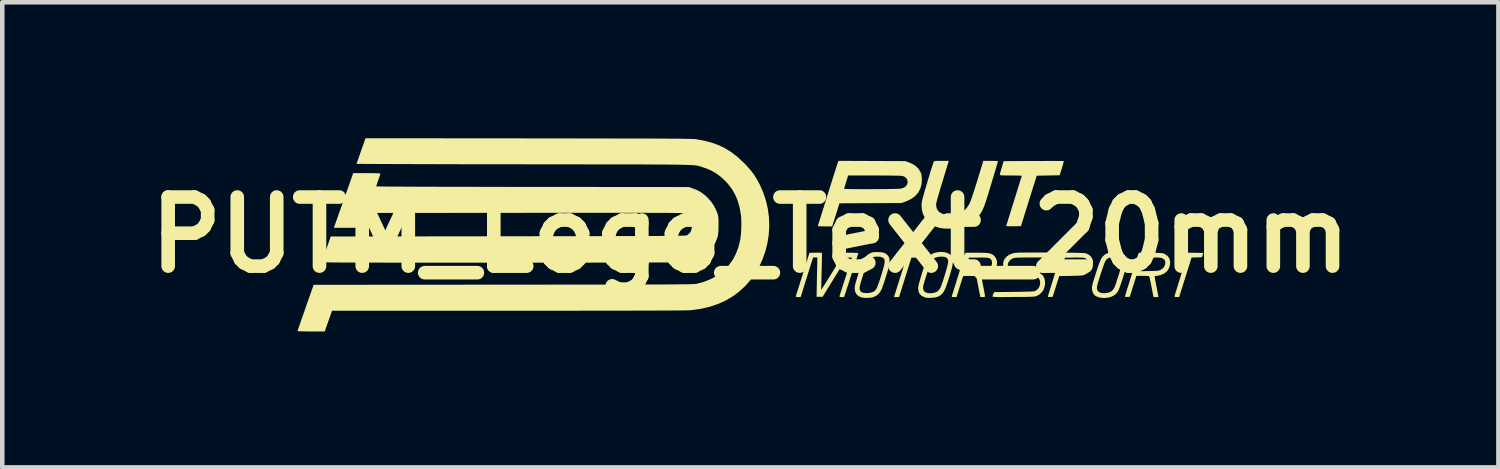
<source format=kicad_pcb>
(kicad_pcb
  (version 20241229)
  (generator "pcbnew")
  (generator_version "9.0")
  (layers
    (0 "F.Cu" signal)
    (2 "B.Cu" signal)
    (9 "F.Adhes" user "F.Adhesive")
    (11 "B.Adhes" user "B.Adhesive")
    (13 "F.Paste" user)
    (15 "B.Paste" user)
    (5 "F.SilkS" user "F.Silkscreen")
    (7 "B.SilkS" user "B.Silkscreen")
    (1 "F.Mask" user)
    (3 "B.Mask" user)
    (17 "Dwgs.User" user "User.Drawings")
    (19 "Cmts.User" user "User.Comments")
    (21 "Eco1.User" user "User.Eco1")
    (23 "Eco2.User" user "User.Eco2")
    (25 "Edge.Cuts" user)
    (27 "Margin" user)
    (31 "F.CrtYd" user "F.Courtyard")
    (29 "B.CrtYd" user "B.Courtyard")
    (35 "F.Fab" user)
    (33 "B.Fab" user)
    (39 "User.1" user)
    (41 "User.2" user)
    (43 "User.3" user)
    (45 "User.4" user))
  (footprint "PUTM_Logo_Text_20mm"
    (layer "F.Cu")
    (at 13.506 2.132)
    (property "Reference" "PUTM_Logo_Text_20mm" (at 0 0 0) (layer "F.SilkS") (effects (font (size 1.524 1.524) (thickness 0.3))))
    (attr board_only exclude_from_pos_files exclude_from_bom allow_missing_courtyard)
    (fp_poly (pts (xy 9.7 0.395) (xy 9.775 0.395) (xy 9.843 0.396) (xy 9.901 0.397) (xy 9.946 0.398) (xy 9.977 0.399) (xy 9.989 0.4) (xy 9.989 0.4) (xy 9.989 0.411) (xy 9.983 0.436) (xy 9.979 0.449) (xy 9.964 0.494) (xy 9.735 0.5) (xy 9.633 0.824) (xy 9.607 0.909) (xy 9.58 0.993) (xy 9.555 1.072) (xy 9.533 1.143) (xy 9.514 1.203) (xy 9.5 1.248) (xy 9.496 1.261) (xy 9.461 1.372) (xy 9.409 1.372) (xy 9.373 1.37) (xy 9.358 1.362) (xy 9.357 1.359) (xy 9.36 1.347) (xy 9.369 1.317) (xy 9.383 1.271) (xy 9.401 1.212) (xy 9.423 1.142) (xy 9.447 1.062) (xy 9.475 0.975) (xy 9.49 0.925) (xy 9.623 0.504) (xy 9.506 0.501) (xy 9.455 0.5) (xy 9.422 0.498) (xy 9.402 0.495) (xy 9.392 0.49) (xy 9.389 0.482) (xy 9.389 0.475) (xy 9.393 0.449) (xy 9.402 0.423) (xy 9.415 0.394)) (stroke (width 0) (type solid)) (fill yes) (layer "F.SilkS"))
    (fp_poly (pts (xy 3.522 0.394) (xy 3.596 0.394) (xy 3.663 0.395) (xy 3.72 0.397) (xy 3.765 0.398) (xy 3.794 0.4) (xy 3.805 0.402) (xy 3.805 0.403) (xy 3.802 0.431) (xy 3.794 0.461) (xy 3.784 0.483) (xy 3.78 0.488) (xy 3.765 0.493) (xy 3.734 0.497) (xy 3.692 0.5) (xy 3.66 0.501) (xy 3.553 0.504) (xy 3.281 1.372) (xy 3.226 1.372) (xy 3.195 1.372) (xy 3.175 1.37) (xy 3.171 1.368) (xy 3.174 1.357) (xy 3.183 1.329) (xy 3.196 1.285) (xy 3.215 1.227) (xy 3.236 1.158) (xy 3.261 1.079) (xy 3.288 0.993) (xy 3.306 0.936) (xy 3.335 0.846) (xy 3.361 0.762) (xy 3.385 0.686) (xy 3.405 0.621) (xy 3.422 0.568) (xy 3.434 0.53) (xy 3.44 0.508) (xy 3.441 0.504) (xy 3.432 0.502) (xy 3.405 0.5) (xy 3.367 0.498) (xy 3.324 0.497) (xy 3.274 0.495) (xy 3.241 0.494) (xy 3.221 0.491) (xy 3.212 0.486) (xy 3.21 0.478) (xy 3.21 0.469) (xy 3.217 0.44) (xy 3.226 0.419) (xy 3.239 0.394)) (stroke (width 0) (type solid)) (fill yes) (layer "F.SilkS"))
    (fp_poly (pts (xy 6.66 -1.631) (xy 6.74 -1.63) (xy 6.807 -1.63) (xy 6.859 -1.629) (xy 6.893 -1.629) (xy 6.91 -1.628) (xy 6.91 -1.628) (xy 6.913 -1.617) (xy 6.907 -1.587) (xy 6.894 -1.539) (xy 6.874 -1.471) (xy 6.873 -1.469) (xy 6.824 -1.315) (xy 6.571 -1.31) (xy 6.318 -1.305) (xy 6.144 -0.749) (xy 5.97 -0.192) (xy 5.808 -0.189) (xy 5.752 -0.189) (xy 5.705 -0.189) (xy 5.67 -0.191) (xy 5.649 -0.193) (xy 5.646 -0.194) (xy 5.649 -0.206) (xy 5.657 -0.235) (xy 5.671 -0.28) (xy 5.689 -0.34) (xy 5.712 -0.412) (xy 5.738 -0.495) (xy 5.766 -0.587) (xy 5.797 -0.686) (xy 5.817 -0.75) (xy 5.849 -0.852) (xy 5.879 -0.949) (xy 5.907 -1.037) (xy 5.931 -1.116) (xy 5.952 -1.184) (xy 5.969 -1.238) (xy 5.981 -1.277) (xy 5.988 -1.299) (xy 5.989 -1.304) (xy 5.979 -1.306) (xy 5.951 -1.307) (xy 5.908 -1.308) (xy 5.853 -1.309) (xy 5.789 -1.31) (xy 5.749 -1.31) (xy 5.668 -1.31) (xy 5.605 -1.311) (xy 5.56 -1.313) (xy 5.529 -1.315) (xy 5.512 -1.319) (xy 5.505 -1.323) (xy 5.506 -1.337) (xy 5.513 -1.367) (xy 5.524 -1.409) (xy 5.538 -1.46) (xy 5.545 -1.482) (xy 5.589 -1.627) (xy 6.244 -1.63) (xy 6.359 -1.63) (xy 6.468 -1.63) (xy 6.569 -1.631)) (stroke (width 0) (type solid)) (fill yes) (layer "F.SilkS"))
    (fp_poly (pts (xy 7.067 0.394) (xy 7.132 0.395) (xy 7.197 0.396) (xy 7.259 0.398) (xy 7.314 0.4) (xy 7.36 0.403) (xy 7.391 0.405) (xy 7.405 0.408) (xy 7.467 0.438) (xy 7.516 0.481) (xy 7.548 0.533) (xy 7.561 0.592) (xy 7.562 0.602) (xy 7.553 0.68) (xy 7.526 0.749) (xy 7.482 0.808) (xy 7.42 0.856) (xy 7.395 0.87) (xy 7.376 0.879) (xy 7.359 0.886) (xy 7.341 0.891) (xy 7.318 0.895) (xy 7.289 0.898) (xy 7.249 0.9) (xy 7.196 0.902) (xy 7.128 0.903) (xy 7.075 0.905) (xy 6.815 0.91) (xy 6.775 1.035) (xy 6.756 1.096) (xy 6.735 1.162) (xy 6.715 1.225) (xy 6.703 1.263) (xy 6.67 1.367) (xy 6.614 1.37) (xy 6.582 1.371) (xy 6.567 1.369) (xy 6.563 1.362) (xy 6.565 1.355) (xy 6.585 1.29) (xy 6.608 1.216) (xy 6.633 1.134) (xy 6.66 1.048) (xy 6.688 0.959) (xy 6.716 0.869) (xy 6.74 0.794) (xy 6.852 0.794) (xy 6.862 0.796) (xy 6.889 0.798) (xy 6.932 0.799) (xy 6.986 0.799) (xy 7.049 0.799) (xy 7.078 0.799) (xy 7.153 0.798) (xy 7.21 0.796) (xy 7.252 0.794) (xy 7.283 0.792) (xy 7.307 0.788) (xy 7.325 0.783) (xy 7.342 0.776) (xy 7.356 0.769) (xy 7.401 0.737) (xy 7.432 0.698) (xy 7.451 0.655) (xy 7.455 0.611) (xy 7.446 0.57) (xy 7.422 0.536) (xy 7.384 0.513) (xy 7.374 0.509) (xy 7.348 0.505) (xy 7.304 0.502) (xy 7.246 0.501) (xy 7.175 0.501) (xy 7.138 0.501) (xy 6.941 0.504) (xy 6.896 0.645) (xy 6.88 0.696) (xy 6.867 0.74) (xy 6.857 0.773) (xy 6.852 0.791) (xy 6.852 0.794) (xy 6.74 0.794) (xy 6.744 0.781) (xy 6.77 0.697) (xy 6.795 0.619) (xy 6.817 0.55) (xy 6.836 0.491) (xy 6.851 0.444) (xy 6.861 0.413) (xy 6.866 0.399) (xy 6.866 0.398) (xy 6.879 0.396) (xy 6.908 0.394) (xy 6.952 0.394) (xy 7.006 0.393)) (stroke (width 0) (type solid)) (fill yes) (layer "F.SilkS"))
    (fp_poly (pts (xy 4.273 0.381) (xy 4.34 0.397) (xy 4.395 0.423) (xy 4.412 0.437) (xy 4.438 0.464) (xy 4.457 0.494) (xy 4.468 0.53) (xy 4.471 0.573) (xy 4.467 0.627) (xy 4.455 0.692) (xy 4.436 0.771) (xy 4.408 0.866) (xy 4.394 0.915) (xy 4.363 1.011) (xy 4.337 1.088) (xy 4.315 1.151) (xy 4.294 1.2) (xy 4.274 1.24) (xy 4.255 1.27) (xy 4.235 1.296) (xy 4.226 1.304) (xy 4.183 1.341) (xy 4.134 1.366) (xy 4.075 1.381) (xy 4.002 1.389) (xy 3.992 1.39) (xy 3.938 1.391) (xy 3.897 1.388) (xy 3.862 1.382) (xy 3.839 1.374) (xy 3.779 1.345) (xy 3.737 1.304) (xy 3.712 1.253) (xy 3.703 1.188) (xy 3.705 1.15) (xy 3.705 1.146) (xy 3.812 1.146) (xy 3.812 1.197) (xy 3.83 1.238) (xy 3.863 1.267) (xy 3.911 1.284) (xy 3.972 1.289) (xy 4.046 1.28) (xy 4.055 1.278) (xy 4.113 1.257) (xy 4.159 1.22) (xy 4.194 1.166) (xy 4.207 1.137) (xy 4.223 1.092) (xy 4.242 1.036) (xy 4.263 0.972) (xy 4.285 0.903) (xy 4.306 0.833) (xy 4.325 0.767) (xy 4.342 0.707) (xy 4.354 0.657) (xy 4.362 0.621) (xy 4.364 0.608) (xy 4.362 0.558) (xy 4.346 0.521) (xy 4.315 0.496) (xy 4.269 0.483) (xy 4.205 0.48) (xy 4.184 0.482) (xy 4.115 0.492) (xy 4.062 0.512) (xy 4.021 0.544) (xy 3.996 0.578) (xy 3.985 0.602) (xy 3.97 0.642) (xy 3.951 0.694) (xy 3.929 0.756) (xy 3.906 0.824) (xy 3.884 0.894) (xy 3.862 0.962) (xy 3.843 1.025) (xy 3.827 1.08) (xy 3.816 1.122) (xy 3.812 1.146) (xy 3.705 1.146) (xy 3.709 1.123) (xy 3.72 1.079) (xy 3.735 1.022) (xy 3.754 0.957) (xy 3.775 0.886) (xy 3.798 0.813) (xy 3.82 0.742) (xy 3.842 0.677) (xy 3.862 0.62) (xy 3.878 0.575) (xy 3.89 0.547) (xy 3.924 0.497) (xy 3.969 0.452) (xy 4.018 0.416) (xy 4.05 0.401) (xy 4.124 0.383) (xy 4.199 0.376)) (stroke (width 0) (type solid)) (fill yes) (layer "F.SilkS"))
    (fp_poly (pts (xy 8.105 0.379) (xy 8.172 0.395) (xy 8.228 0.422) (xy 8.249 0.437) (xy 8.274 0.463) (xy 8.293 0.493) (xy 8.304 0.527) (xy 8.308 0.569) (xy 8.304 0.62) (xy 8.294 0.682) (xy 8.275 0.758) (xy 8.249 0.85) (xy 8.225 0.929) (xy 8.195 1.024) (xy 8.169 1.102) (xy 8.146 1.164) (xy 8.126 1.213) (xy 8.106 1.251) (xy 8.086 1.281) (xy 8.065 1.304) (xy 8.042 1.324) (xy 8.026 1.335) (xy 7.964 1.366) (xy 7.89 1.385) (xy 7.811 1.393) (xy 7.733 1.388) (xy 7.676 1.374) (xy 7.64 1.359) (xy 7.611 1.343) (xy 7.599 1.335) (xy 7.565 1.292) (xy 7.544 1.236) (xy 7.538 1.183) (xy 7.538 1.163) (xy 7.539 1.147) (xy 7.647 1.147) (xy 7.648 1.198) (xy 7.666 1.238) (xy 7.7 1.267) (xy 7.748 1.284) (xy 7.81 1.289) (xy 7.883 1.28) (xy 7.891 1.278) (xy 7.951 1.256) (xy 7.998 1.217) (xy 8.028 1.171) (xy 8.04 1.144) (xy 8.056 1.102) (xy 8.075 1.047) (xy 8.095 0.983) (xy 8.117 0.915) (xy 8.139 0.845) (xy 8.158 0.779) (xy 8.176 0.718) (xy 8.189 0.668) (xy 8.198 0.631) (xy 8.2 0.618) (xy 8.2 0.565) (xy 8.185 0.525) (xy 8.154 0.498) (xy 8.108 0.483) (xy 8.045 0.48) (xy 8.014 0.482) (xy 7.945 0.493) (xy 7.892 0.516) (xy 7.851 0.552) (xy 7.833 0.578) (xy 7.822 0.601) (xy 7.806 0.641) (xy 7.787 0.694) (xy 7.766 0.756) (xy 7.743 0.824) (xy 7.72 0.893) (xy 7.699 0.962) (xy 7.679 1.025) (xy 7.663 1.08) (xy 7.652 1.122) (xy 7.647 1.147) (xy 7.539 1.147) (xy 7.539 1.144) (xy 7.542 1.124) (xy 7.547 1.1) (xy 7.554 1.07) (xy 7.566 1.031) (xy 7.581 0.981) (xy 7.601 0.917) (xy 7.627 0.836) (xy 7.637 0.805) (xy 7.667 0.713) (xy 7.693 0.64) (xy 7.716 0.582) (xy 7.737 0.536) (xy 7.758 0.5) (xy 7.781 0.472) (xy 7.805 0.449) (xy 7.83 0.431) (xy 7.89 0.401) (xy 7.959 0.382) (xy 8.032 0.375)) (stroke (width 0) (type solid)) (fill yes) (layer "F.SilkS"))
    (fp_poly (pts (xy 2.68 -1.63) (xy 3.415 -1.627) (xy 3.499 -1.599) (xy 3.584 -1.561) (xy 3.657 -1.512) (xy 3.714 -1.452) (xy 3.755 -1.385) (xy 3.769 -1.349) (xy 3.777 -1.311) (xy 3.782 -1.262) (xy 3.785 -1.217) (xy 3.776 -1.112) (xy 3.749 -1.018) (xy 3.705 -0.935) (xy 3.643 -0.863) (xy 3.563 -0.801) (xy 3.465 -0.751) (xy 3.415 -0.731) (xy 3.332 -0.702) (xy 1.966 -0.696) (xy 1.918 -0.543) (xy 1.898 -0.479) (xy 1.877 -0.412) (xy 1.857 -0.349) (xy 1.84 -0.297) (xy 1.837 -0.289) (xy 1.805 -0.187) (xy 1.645 -0.187) (xy 1.581 -0.188) (xy 1.536 -0.189) (xy 1.508 -0.191) (xy 1.493 -0.195) (xy 1.489 -0.2) (xy 1.49 -0.2) (xy 1.493 -0.212) (xy 1.503 -0.242) (xy 1.518 -0.289) (xy 1.537 -0.35) (xy 1.561 -0.425) (xy 1.588 -0.512) (xy 1.618 -0.608) (xy 1.651 -0.713) (xy 1.686 -0.825) (xy 1.709 -0.899) (xy 1.745 -1.015) (xy 1.746 -1.016) (xy 2.069 -1.016) (xy 2.079 -1.014) (xy 2.108 -1.013) (xy 2.153 -1.011) (xy 2.212 -1.01) (xy 2.283 -1.009) (xy 2.365 -1.009) (xy 2.453 -1.008) (xy 2.548 -1.008) (xy 2.645 -1.008) (xy 2.744 -1.009) (xy 2.842 -1.009) (xy 2.936 -1.01) (xy 3.025 -1.011) (xy 3.106 -1.012) (xy 3.178 -1.014) (xy 3.237 -1.015) (xy 3.282 -1.017) (xy 3.311 -1.019) (xy 3.319 -1.02) (xy 3.381 -1.039) (xy 3.426 -1.068) (xy 3.456 -1.106) (xy 3.457 -1.109) (xy 3.471 -1.159) (xy 3.465 -1.207) (xy 3.443 -1.248) (xy 3.404 -1.281) (xy 3.361 -1.299) (xy 3.341 -1.302) (xy 3.3 -1.304) (xy 3.239 -1.306) (xy 3.159 -1.307) (xy 3.061 -1.309) (xy 2.944 -1.309) (xy 2.809 -1.31) (xy 2.74 -1.31) (xy 2.157 -1.31) (xy 2.113 -1.167) (xy 2.097 -1.115) (xy 2.084 -1.071) (xy 2.074 -1.038) (xy 2.069 -1.019) (xy 2.069 -1.016) (xy 1.746 -1.016) (xy 1.78 -1.125) (xy 1.812 -1.228) (xy 1.842 -1.322) (xy 1.869 -1.406) (xy 1.891 -1.478) (xy 1.91 -1.535) (xy 1.923 -1.578) (xy 1.932 -1.603) (xy 1.934 -1.609) (xy 1.944 -1.633)) (stroke (width 0) (type solid)) (fill yes) (layer "F.SilkS"))
    (fp_poly (pts (xy 2.882 0.383) (xy 2.941 0.394) (xy 2.987 0.414) (xy 3.023 0.444) (xy 3.044 0.471) (xy 3.059 0.496) (xy 3.067 0.52) (xy 3.071 0.55) (xy 3.071 0.592) (xy 3.07 0.62) (xy 3.067 0.65) (xy 3.061 0.683) (xy 3.051 0.724) (xy 3.037 0.775) (xy 3.017 0.839) (xy 2.995 0.91) (xy 2.973 0.98) (xy 2.951 1.047) (xy 2.931 1.106) (xy 2.914 1.155) (xy 2.901 1.19) (xy 2.896 1.201) (xy 2.855 1.272) (xy 2.801 1.326) (xy 2.748 1.358) (xy 2.716 1.372) (xy 2.684 1.381) (xy 2.646 1.387) (xy 2.594 1.389) (xy 2.591 1.39) (xy 2.522 1.39) (xy 2.47 1.384) (xy 2.441 1.377) (xy 2.382 1.349) (xy 2.339 1.307) (xy 2.312 1.253) (xy 2.302 1.189) (xy 2.302 1.18) (xy 2.41 1.18) (xy 2.412 1.199) (xy 2.417 1.216) (xy 2.424 1.23) (xy 2.434 1.248) (xy 2.442 1.258) (xy 2.458 1.266) (xy 2.482 1.275) (xy 2.527 1.284) (xy 2.583 1.285) (xy 2.641 1.279) (xy 2.693 1.264) (xy 2.709 1.258) (xy 2.732 1.245) (xy 2.751 1.229) (xy 2.769 1.207) (xy 2.787 1.177) (xy 2.805 1.137) (xy 2.825 1.084) (xy 2.849 1.016) (xy 2.876 0.932) (xy 2.887 0.896) (xy 2.915 0.803) (xy 2.937 0.728) (xy 2.952 0.668) (xy 2.961 0.621) (xy 2.964 0.584) (xy 2.961 0.556) (xy 2.954 0.535) (xy 2.941 0.518) (xy 2.938 0.515) (xy 2.904 0.494) (xy 2.855 0.482) (xy 2.794 0.48) (xy 2.759 0.482) (xy 2.714 0.49) (xy 2.677 0.501) (xy 2.646 0.52) (xy 2.619 0.547) (xy 2.595 0.586) (xy 2.57 0.639) (xy 2.545 0.707) (xy 2.517 0.789) (xy 2.486 0.887) (xy 2.461 0.968) (xy 2.441 1.033) (xy 2.427 1.084) (xy 2.417 1.125) (xy 2.412 1.156) (xy 2.41 1.18) (xy 2.302 1.18) (xy 2.307 1.126) (xy 2.315 1.092) (xy 2.328 1.044) (xy 2.345 0.984) (xy 2.365 0.917) (xy 2.388 0.845) (xy 2.411 0.774) (xy 2.433 0.706) (xy 2.454 0.646) (xy 2.472 0.596) (xy 2.486 0.561) (xy 2.49 0.551) (xy 2.532 0.49) (xy 2.589 0.438) (xy 2.646 0.404) (xy 2.674 0.392) (xy 2.703 0.385) (xy 2.739 0.381) (xy 2.787 0.38) (xy 2.807 0.38)) (stroke (width 0) (type solid)) (fill yes) (layer "F.SilkS"))
    (fp_poly (pts (xy 4.371 -1.609) (xy 4.367 -1.594) (xy 4.357 -1.562) (xy 4.342 -1.514) (xy 4.323 -1.453) (xy 4.301 -1.38) (xy 4.276 -1.298) (xy 4.249 -1.209) (xy 4.229 -1.144) (xy 4.197 -1.037) (xy 4.17 -0.948) (xy 4.149 -0.876) (xy 4.132 -0.817) (xy 4.119 -0.77) (xy 4.11 -0.733) (xy 4.104 -0.705) (xy 4.1 -0.682) (xy 4.099 -0.664) (xy 4.099 -0.648) (xy 4.1 -0.641) (xy 4.114 -0.577) (xy 4.145 -0.525) (xy 4.192 -0.486) (xy 4.255 -0.459) (xy 4.333 -0.445) (xy 4.425 -0.443) (xy 4.473 -0.447) (xy 4.57 -0.465) (xy 4.651 -0.494) (xy 4.719 -0.537) (xy 4.776 -0.596) (xy 4.825 -0.671) (xy 4.845 -0.711) (xy 4.857 -0.74) (xy 4.873 -0.785) (xy 4.894 -0.846) (xy 4.918 -0.918) (xy 4.945 -0.999) (xy 4.973 -1.088) (xy 5.002 -1.18) (xy 5.012 -1.214) (xy 5.14 -1.632) (xy 5.297 -1.632) (xy 5.353 -1.632) (xy 5.4 -1.631) (xy 5.436 -1.63) (xy 5.457 -1.628) (xy 5.46 -1.627) (xy 5.459 -1.616) (xy 5.453 -1.588) (xy 5.441 -1.547) (xy 5.427 -1.495) (xy 5.409 -1.437) (xy 5.391 -1.378) (xy 5.369 -1.303) (xy 5.343 -1.218) (xy 5.316 -1.127) (xy 5.288 -1.035) (xy 5.261 -0.946) (xy 5.259 -0.941) (xy 5.226 -0.833) (xy 5.198 -0.743) (xy 5.172 -0.669) (xy 5.148 -0.606) (xy 5.125 -0.554) (xy 5.102 -0.508) (xy 5.077 -0.468) (xy 5.05 -0.43) (xy 5.037 -0.413) (xy 4.965 -0.336) (xy 4.876 -0.268) (xy 4.776 -0.211) (xy 4.669 -0.169) (xy 4.658 -0.166) (xy 4.6 -0.153) (xy 4.529 -0.144) (xy 4.449 -0.139) (xy 4.367 -0.137) (xy 4.288 -0.139) (xy 4.219 -0.146) (xy 4.173 -0.154) (xy 4.068 -0.19) (xy 3.98 -0.238) (xy 3.907 -0.3) (xy 3.85 -0.375) (xy 3.809 -0.463) (xy 3.806 -0.471) (xy 3.783 -0.566) (xy 3.777 -0.658) (xy 3.783 -0.728) (xy 3.788 -0.751) (xy 3.799 -0.791) (xy 3.813 -0.846) (xy 3.832 -0.912) (xy 3.853 -0.987) (xy 3.877 -1.068) (xy 3.902 -1.153) (xy 3.927 -1.238) (xy 3.952 -1.32) (xy 3.975 -1.398) (xy 3.997 -1.468) (xy 4.016 -1.527) (xy 4.031 -1.573) (xy 4.042 -1.603) (xy 4.044 -1.609) (xy 4.049 -1.618) (xy 4.056 -1.624) (xy 4.069 -1.628) (xy 4.09 -1.631) (xy 4.124 -1.632) (xy 4.174 -1.632) (xy 4.216 -1.632) (xy 4.379 -1.632)) (stroke (width 0) (type solid)) (fill yes) (layer "F.SilkS"))
    (fp_poly (pts (xy 1.537 0.393) (xy 1.562 0.395) (xy 1.575 0.4) (xy 1.578 0.404) (xy 1.579 0.417) (xy 1.579 0.449) (xy 1.579 0.496) (xy 1.578 0.558) (xy 1.577 0.631) (xy 1.575 0.712) (xy 1.573 0.801) (xy 1.572 0.814) (xy 1.57 0.903) (xy 1.568 0.985) (xy 1.566 1.058) (xy 1.565 1.119) (xy 1.564 1.167) (xy 1.563 1.199) (xy 1.564 1.213) (xy 1.564 1.214) (xy 1.569 1.206) (xy 1.585 1.182) (xy 1.609 1.143) (xy 1.641 1.093) (xy 1.68 1.031) (xy 1.724 0.96) (xy 1.773 0.882) (xy 1.82 0.806) (xy 2.074 0.395) (xy 2.227 0.395) (xy 2.281 0.396) (xy 2.327 0.397) (xy 2.361 0.399) (xy 2.379 0.402) (xy 2.381 0.403) (xy 2.378 0.416) (xy 2.37 0.443) (xy 2.358 0.481) (xy 2.35 0.504) (xy 2.34 0.535) (xy 2.324 0.584) (xy 2.304 0.646) (xy 2.28 0.719) (xy 2.254 0.801) (xy 2.225 0.888) (xy 2.196 0.978) (xy 2.194 0.985) (xy 2.068 1.372) (xy 2.017 1.372) (xy 1.981 1.37) (xy 1.966 1.362) (xy 1.965 1.359) (xy 1.969 1.347) (xy 1.978 1.317) (xy 1.992 1.272) (xy 2.011 1.213) (xy 2.033 1.142) (xy 2.059 1.063) (xy 2.087 0.976) (xy 2.104 0.925) (xy 2.242 0.504) (xy 2.185 0.501) (xy 2.145 0.501) (xy 2.123 0.508) (xy 2.12 0.511) (xy 2.113 0.523) (xy 2.096 0.55) (xy 2.071 0.592) (xy 2.038 0.645) (xy 1.999 0.71) (xy 1.954 0.783) (xy 1.905 0.862) (xy 1.853 0.946) (xy 1.594 1.367) (xy 1.461 1.367) (xy 1.462 1.331) (xy 1.462 1.312) (xy 1.463 1.276) (xy 1.464 1.223) (xy 1.465 1.158) (xy 1.467 1.082) (xy 1.468 0.997) (xy 1.47 0.907) (xy 1.47 0.897) (xy 1.479 0.499) (xy 1.384 0.499) (xy 1.332 0.663) (xy 1.304 0.75) (xy 1.276 0.84) (xy 1.248 0.929) (xy 1.221 1.016) (xy 1.195 1.098) (xy 1.172 1.173) (xy 1.152 1.239) (xy 1.135 1.294) (xy 1.122 1.335) (xy 1.114 1.36) (xy 1.112 1.368) (xy 1.103 1.37) (xy 1.079 1.372) (xy 1.054 1.372) (xy 1.02 1.371) (xy 1.003 1.366) (xy 1.001 1.359) (xy 1.005 1.347) (xy 1.015 1.317) (xy 1.029 1.271) (xy 1.048 1.211) (xy 1.071 1.14) (xy 1.096 1.058) (xy 1.125 0.968) (xy 1.155 0.873) (xy 1.155 0.871) (xy 1.304 0.396) (xy 1.439 0.393) (xy 1.496 0.392)) (stroke (width 0) (type solid)) (fill yes) (layer "F.SilkS"))
    (fp_poly (pts (xy 8.737 0.394) (xy 8.825 0.395) (xy 8.839 0.395) (xy 8.92 0.397) (xy 8.983 0.398) (xy 9.031 0.4) (xy 9.066 0.402) (xy 9.092 0.405) (xy 9.111 0.41) (xy 9.127 0.415) (xy 9.141 0.422) (xy 9.148 0.426) (xy 9.205 0.467) (xy 9.242 0.516) (xy 9.26 0.573) (xy 9.262 0.588) (xy 9.259 0.662) (xy 9.238 0.731) (xy 9.201 0.792) (xy 9.151 0.84) (xy 9.141 0.846) (xy 9.096 0.869) (xy 9.043 0.888) (xy 8.991 0.901) (xy 8.955 0.905) (xy 8.93 0.908) (xy 8.921 0.918) (xy 8.921 0.923) (xy 8.923 0.938) (xy 8.928 0.971) (xy 8.936 1.017) (xy 8.947 1.073) (xy 8.959 1.136) (xy 8.962 1.152) (xy 8.975 1.216) (xy 8.986 1.272) (xy 8.995 1.318) (xy 9.001 1.351) (xy 9.004 1.367) (xy 9.004 1.368) (xy 8.994 1.371) (xy 8.97 1.372) (xy 8.949 1.372) (xy 8.894 1.372) (xy 8.854 1.162) (xy 8.841 1.097) (xy 8.829 1.038) (xy 8.819 0.988) (xy 8.811 0.951) (xy 8.806 0.93) (xy 8.805 0.928) (xy 8.801 0.919) (xy 8.793 0.912) (xy 8.78 0.908) (xy 8.756 0.906) (xy 8.72 0.905) (xy 8.666 0.905) (xy 8.657 0.905) (xy 8.517 0.905) (xy 8.474 1.042) (xy 8.454 1.103) (xy 8.434 1.167) (xy 8.416 1.227) (xy 8.401 1.274) (xy 8.371 1.367) (xy 8.319 1.37) (xy 8.284 1.37) (xy 8.267 1.365) (xy 8.266 1.362) (xy 8.269 1.349) (xy 8.277 1.319) (xy 8.291 1.274) (xy 8.308 1.217) (xy 8.329 1.149) (xy 8.353 1.073) (xy 8.378 0.992) (xy 8.404 0.908) (xy 8.431 0.822) (xy 8.437 0.802) (xy 8.548 0.802) (xy 8.779 0.799) (xy 8.854 0.797) (xy 8.913 0.796) (xy 8.956 0.794) (xy 8.988 0.792) (xy 9.011 0.788) (xy 9.029 0.783) (xy 9.044 0.776) (xy 9.051 0.773) (xy 9.099 0.741) (xy 9.131 0.702) (xy 9.151 0.654) (xy 9.157 0.603) (xy 9.146 0.563) (xy 9.117 0.532) (xy 9.093 0.519) (xy 9.076 0.512) (xy 9.055 0.507) (xy 9.029 0.503) (xy 8.993 0.501) (xy 8.944 0.5) (xy 8.879 0.499) (xy 8.845 0.499) (xy 8.782 0.5) (xy 8.727 0.501) (xy 8.683 0.502) (xy 8.653 0.504) (xy 8.64 0.506) (xy 8.64 0.507) (xy 8.637 0.519) (xy 8.628 0.547) (xy 8.616 0.588) (xy 8.601 0.637) (xy 8.594 0.658) (xy 8.548 0.802) (xy 8.437 0.802) (xy 8.457 0.739) (xy 8.482 0.66) (xy 8.506 0.587) (xy 8.526 0.522) (xy 8.544 0.469) (xy 8.557 0.43) (xy 8.565 0.406) (xy 8.568 0.4) (xy 8.581 0.397) (xy 8.614 0.395) (xy 8.666 0.394)) (stroke (width 0) (type solid)) (fill yes) (layer "F.SilkS"))
    (fp_poly (pts (xy 4.997 0.395) (xy 5.088 0.395) (xy 5.161 0.397) (xy 5.218 0.4) (xy 5.264 0.406) (xy 5.299 0.414) (xy 5.327 0.425) (xy 5.351 0.439) (xy 5.374 0.458) (xy 5.384 0.467) (xy 5.422 0.518) (xy 5.441 0.577) (xy 5.441 0.644) (xy 5.438 0.663) (xy 5.424 0.718) (xy 5.403 0.761) (xy 5.37 0.801) (xy 5.358 0.813) (xy 5.297 0.858) (xy 5.224 0.889) (xy 5.156 0.902) (xy 5.123 0.905) (xy 5.101 0.908) (xy 5.095 0.91) (xy 5.096 0.921) (xy 5.102 0.949) (xy 5.11 0.991) (xy 5.12 1.044) (xy 5.132 1.106) (xy 5.136 1.125) (xy 5.149 1.189) (xy 5.16 1.248) (xy 5.168 1.296) (xy 5.175 1.332) (xy 5.178 1.352) (xy 5.178 1.354) (xy 5.174 1.365) (xy 5.16 1.371) (xy 5.13 1.372) (xy 5.126 1.372) (xy 5.096 1.372) (xy 5.077 1.371) (xy 5.073 1.37) (xy 5.071 1.359) (xy 5.066 1.331) (xy 5.058 1.289) (xy 5.047 1.235) (xy 5.035 1.172) (xy 5.029 1.138) (xy 4.984 0.91) (xy 4.842 0.907) (xy 4.785 0.906) (xy 4.745 0.906) (xy 4.719 0.908) (xy 4.703 0.911) (xy 4.695 0.917) (xy 4.691 0.922) (xy 4.686 0.938) (xy 4.675 0.969) (xy 4.66 1.015) (xy 4.643 1.07) (xy 4.623 1.133) (xy 4.616 1.157) (xy 4.549 1.372) (xy 4.494 1.372) (xy 4.462 1.372) (xy 4.446 1.368) (xy 4.443 1.36) (xy 4.444 1.354) (xy 4.448 1.341) (xy 4.458 1.31) (xy 4.473 1.263) (xy 4.492 1.202) (xy 4.514 1.13) (xy 4.54 1.048) (xy 4.568 0.958) (xy 4.596 0.869) (xy 4.619 0.794) (xy 4.731 0.794) (xy 4.741 0.796) (xy 4.768 0.798) (xy 4.811 0.799) (xy 4.865 0.799) (xy 4.928 0.799) (xy 4.957 0.799) (xy 5.032 0.797) (xy 5.089 0.796) (xy 5.132 0.794) (xy 5.164 0.792) (xy 5.187 0.788) (xy 5.206 0.782) (xy 5.223 0.775) (xy 5.232 0.771) (xy 5.266 0.751) (xy 5.295 0.726) (xy 5.304 0.715) (xy 5.323 0.677) (xy 5.332 0.632) (xy 5.33 0.589) (xy 5.319 0.556) (xy 5.304 0.537) (xy 5.287 0.523) (xy 5.264 0.513) (xy 5.232 0.507) (xy 5.189 0.503) (xy 5.131 0.501) (xy 5.056 0.501) (xy 5.025 0.501) (xy 4.82 0.504) (xy 4.776 0.645) (xy 4.76 0.696) (xy 4.746 0.74) (xy 4.736 0.773) (xy 4.731 0.791) (xy 4.731 0.794) (xy 4.619 0.794) (xy 4.625 0.774) (xy 4.653 0.686) (xy 4.678 0.606) (xy 4.7 0.536) (xy 4.719 0.479) (xy 4.733 0.435) (xy 4.742 0.407) (xy 4.746 0.398) (xy 4.757 0.396) (xy 4.786 0.396) (xy 4.829 0.395) (xy 4.885 0.395) (xy 4.95 0.394)) (stroke (width 0) (type solid)) (fill yes) (layer "F.SilkS"))
    (fp_poly (pts (xy 6.378 0.39) (xy 6.463 0.39) (xy 6.531 0.39) (xy 6.584 0.391) (xy 6.623 0.392) (xy 6.651 0.394) (xy 6.67 0.396) (xy 6.681 0.398) (xy 6.686 0.402) (xy 6.687 0.406) (xy 6.687 0.411) (xy 6.68 0.435) (xy 6.67 0.464) (xy 6.669 0.465) (xy 6.655 0.499) (xy 6.253 0.499) (xy 6.136 0.499) (xy 6.038 0.5) (xy 5.959 0.501) (xy 5.897 0.503) (xy 5.852 0.506) (xy 5.821 0.509) (xy 5.809 0.512) (xy 5.758 0.536) (xy 5.717 0.573) (xy 5.69 0.618) (xy 5.682 0.646) (xy 5.681 0.697) (xy 5.697 0.737) (xy 5.73 0.767) (xy 5.744 0.775) (xy 5.759 0.781) (xy 5.776 0.786) (xy 5.799 0.79) (xy 5.829 0.793) (xy 5.87 0.796) (xy 5.924 0.798) (xy 5.994 0.8) (xy 6.046 0.801) (xy 6.127 0.802) (xy 6.19 0.804) (xy 6.238 0.806) (xy 6.275 0.809) (xy 6.302 0.812) (xy 6.323 0.817) (xy 6.341 0.823) (xy 6.358 0.83) (xy 6.415 0.862) (xy 6.455 0.899) (xy 6.482 0.947) (xy 6.498 1.001) (xy 6.502 1.051) (xy 6.498 1.11) (xy 6.485 1.168) (xy 6.467 1.215) (xy 6.428 1.27) (xy 6.374 1.317) (xy 6.327 1.343) (xy 6.314 1.349) (xy 6.301 1.354) (xy 6.287 1.358) (xy 6.268 1.361) (xy 6.244 1.363) (xy 6.212 1.365) (xy 6.169 1.366) (xy 6.115 1.368) (xy 6.048 1.369) (xy 5.964 1.369) (xy 5.862 1.37) (xy 5.809 1.37) (xy 5.699 1.371) (xy 5.607 1.372) (xy 5.533 1.372) (xy 5.474 1.372) (xy 5.429 1.371) (xy 5.396 1.37) (xy 5.372 1.368) (xy 5.357 1.366) (xy 5.349 1.363) (xy 5.345 1.359) (xy 5.345 1.355) (xy 5.345 1.355) (xy 5.349 1.333) (xy 5.36 1.305) (xy 5.363 1.3) (xy 5.381 1.263) (xy 5.817 1.258) (xy 5.911 1.257) (xy 5.999 1.255) (xy 6.079 1.253) (xy 6.148 1.251) (xy 6.205 1.249) (xy 6.246 1.247) (xy 6.27 1.244) (xy 6.275 1.243) (xy 6.33 1.208) (xy 6.369 1.16) (xy 6.39 1.102) (xy 6.394 1.057) (xy 6.387 1.003) (xy 6.367 0.962) (xy 6.33 0.932) (xy 6.324 0.929) (xy 6.31 0.923) (xy 6.292 0.918) (xy 6.269 0.914) (xy 6.237 0.912) (xy 6.194 0.909) (xy 6.137 0.907) (xy 6.063 0.905) (xy 6.02 0.905) (xy 5.755 0.899) (xy 5.694 0.87) (xy 5.643 0.839) (xy 5.608 0.804) (xy 5.588 0.759) (xy 5.579 0.702) (xy 5.578 0.671) (xy 5.579 0.626) (xy 5.583 0.594) (xy 5.592 0.567) (xy 5.607 0.539) (xy 5.607 0.538) (xy 5.649 0.484) (xy 5.704 0.443) (xy 5.775 0.413) (xy 5.789 0.409) (xy 5.808 0.404) (xy 5.829 0.4) (xy 5.853 0.397) (xy 5.884 0.395) (xy 5.922 0.393) (xy 5.971 0.391) (xy 6.032 0.391) (xy 6.108 0.39) (xy 6.201 0.39) (xy 6.275 0.39)) (stroke (width 0) (type solid)) (fill yes) (layer "F.SilkS"))
    (fp_poly (pts (xy -8.385 -1.362) (xy -8.315 -1.361) (xy -8.256 -1.36) (xy -8.209 -1.358) (xy -8.177 -1.356) (xy -8.162 -1.353) (xy -8.162 -1.353) (xy -8.165 -1.34) (xy -8.174 -1.312) (xy -8.188 -1.272) (xy -8.204 -1.224) (xy -8.208 -1.212) (xy -8.226 -1.163) (xy -8.24 -1.12) (xy -8.25 -1.089) (xy -8.255 -1.072) (xy -8.255 -1.07) (xy -8.245 -1.069) (xy -8.214 -1.069) (xy -8.164 -1.068) (xy -8.094 -1.067) (xy -8.005 -1.066) (xy -7.897 -1.065) (xy -7.772 -1.065) (xy -7.629 -1.064) (xy -7.468 -1.063) (xy -7.291 -1.062) (xy -7.098 -1.062) (xy -6.889 -1.061) (xy -6.665 -1.061) (xy -6.426 -1.06) (xy -6.172 -1.06) (xy -5.905 -1.059) (xy -5.624 -1.059) (xy -5.33 -1.058) (xy -5.023 -1.058) (xy -4.806 -1.058) (xy -1.357 -1.055) (xy -1.274 -1.027) (xy -1.174 -0.987) (xy -1.087 -0.939) (xy -1.007 -0.879) (xy -0.941 -0.817) (xy -0.865 -0.732) (xy -0.806 -0.647) (xy -0.758 -0.553) (xy -0.731 -0.483) (xy -0.72 -0.452) (xy -0.713 -0.425) (xy -0.708 -0.398) (xy -0.704 -0.366) (xy -0.703 -0.325) (xy -0.702 -0.271) (xy -0.702 -0.218) (xy -0.703 -0.134) (xy -0.706 -0.065) (xy -0.713 -0.007) (xy -0.723 0.044) (xy -0.739 0.093) (xy -0.761 0.145) (xy -0.773 0.172) (xy -0.834 0.276) (xy -0.91 0.367) (xy -1.002 0.444) (xy -1.108 0.507) (xy -1.227 0.555) (xy -1.36 0.589) (xy -1.449 0.602) (xy -1.467 0.603) (xy -1.502 0.604) (xy -1.554 0.605) (xy -1.623 0.606) (xy -1.709 0.607) (xy -1.812 0.608) (xy -1.934 0.609) (xy -2.073 0.609) (xy -2.231 0.61) (xy -2.406 0.611) (xy -2.601 0.611) (xy -2.814 0.612) (xy -3.046 0.612) (xy -3.297 0.612) (xy -3.568 0.613) (xy -3.858 0.613) (xy -4.168 0.613) (xy -4.498 0.613) (xy -4.848 0.613) (xy -5.219 0.613) (xy -5.5 0.613) (xy -5.841 0.613) (xy -6.162 0.613) (xy -6.463 0.613) (xy -6.746 0.613) (xy -7.01 0.613) (xy -7.257 0.613) (xy -7.486 0.613) (xy -7.699 0.613) (xy -7.896 0.613) (xy -8.077 0.613) (xy -8.244 0.612) (xy -8.397 0.612) (xy -8.537 0.612) (xy -8.664 0.612) (xy -8.778 0.611) (xy -8.881 0.611) (xy -8.973 0.61) (xy -9.055 0.61) (xy -9.126 0.609) (xy -9.189 0.609) (xy -9.243 0.608) (xy -9.289 0.607) (xy -9.328 0.606) (xy -9.36 0.605) (xy -9.386 0.604) (xy -9.407 0.603) (xy -9.423 0.602) (xy -9.434 0.601) (xy -9.442 0.6) (xy -9.447 0.598) (xy -9.45 0.597) (xy -9.45 0.595) (xy -9.45 0.595) (xy -9.447 0.581) (xy -9.437 0.55) (xy -9.422 0.505) (xy -9.403 0.448) (xy -9.38 0.383) (xy -9.355 0.311) (xy -9.354 0.307) (xy -9.258 0.036) (xy -5.344 0.031) (xy -5.004 0.031) (xy -4.684 0.03) (xy -4.384 0.03) (xy -4.102 0.029) (xy -3.839 0.029) (xy -3.594 0.029) (xy -3.366 0.028) (xy -3.154 0.028) (xy -2.958 0.027) (xy -2.777 0.027) (xy -2.611 0.027) (xy -2.459 0.026) (xy -2.32 0.026) (xy -2.194 0.025) (xy -2.08 0.025) (xy -1.978 0.024) (xy -1.886 0.023) (xy -1.805 0.023) (xy -1.733 0.022) (xy -1.67 0.021) (xy -1.616 0.02) (xy -1.57 0.02) (xy -1.53 0.019) (xy -1.497 0.018) (xy -1.47 0.017) (xy -1.449 0.016) (xy -1.432 0.014) (xy -1.419 0.013) (xy -1.41 0.012) (xy -1.403 0.01) (xy -1.398 0.009) (xy -1.397 0.008) (xy -1.35 -0.026) (xy -1.317 -0.07) (xy -1.297 -0.127) (xy -1.291 -0.198) (xy -1.291 -0.238) (xy -1.302 -0.317) (xy -1.324 -0.38) (xy -1.359 -0.428) (xy -1.408 -0.462) (xy -1.45 -0.478) (xy -1.46 -0.479) (xy -1.481 -0.48) (xy -1.515 -0.481) (xy -1.56 -0.482) (xy -1.618 -0.483) (xy -1.69 -0.483) (xy -1.775 -0.484) (xy -1.874 -0.485) (xy -1.988 -0.485) (xy -2.117 -0.486) (xy -2.261 -0.486) (xy -2.422 -0.487) (xy -2.598 -0.487) (xy -2.792 -0.487) (xy -3.002 -0.487) (xy -3.231 -0.487) (xy -3.477 -0.487) (xy -3.742 -0.487) (xy -4.026 -0.487) (xy -4.33 -0.487) (xy -4.653 -0.487) (xy -4.979 -0.486) (xy -8.466 -0.483) (xy -8.582 -0.156) (xy -9.19 -0.156) (xy -9.176 -0.195) (xy -9.169 -0.215) (xy -9.156 -0.252) (xy -9.137 -0.304) (xy -9.114 -0.369) (xy -9.088 -0.443) (xy -9.059 -0.526) (xy -9.027 -0.615) (xy -8.995 -0.707) (xy -8.962 -0.8) (xy -8.929 -0.892) (xy -8.897 -0.981) (xy -8.868 -1.064) (xy -8.841 -1.139) (xy -8.818 -1.204) (xy -8.8 -1.257) (xy -8.786 -1.295) (xy -8.779 -1.316) (xy -8.778 -1.318) (xy -8.763 -1.362) (xy -8.462 -1.362)) (stroke (width 0) (type solid)) (fill yes) (layer "F.SilkS"))
    (fp_poly (pts (xy -4.893 -2.129) (xy -4.566 -2.128) (xy -4.259 -2.128) (xy -3.971 -2.128) (xy -3.703 -2.127) (xy -3.452 -2.127) (xy -3.22 -2.127) (xy -3.004 -2.126) (xy -2.804 -2.126) (xy -2.62 -2.126) (xy -2.45 -2.125) (xy -2.295 -2.125) (xy -2.153 -2.125) (xy -2.025 -2.124) (xy -1.908 -2.124) (xy -1.803 -2.123) (xy -1.71 -2.122) (xy -1.626 -2.122) (xy -1.552 -2.121) (xy -1.487 -2.12) (xy -1.43 -2.119) (xy -1.381 -2.118) (xy -1.339 -2.118) (xy -1.303 -2.116) (xy -1.273 -2.115) (xy -1.248 -2.114) (xy -1.228 -2.113) (xy -1.211 -2.112) (xy -1.197 -2.11) (xy -1.186 -2.109) (xy -1.185 -2.108) (xy -1.007 -2.075) (xy -0.845 -2.032) (xy -0.696 -1.977) (xy -0.557 -1.91) (xy -0.425 -1.828) (xy -0.297 -1.73) (xy -0.17 -1.615) (xy -0.145 -1.591) (xy -0.057 -1.499) (xy 0.017 -1.413) (xy 0.082 -1.326) (xy 0.14 -1.234) (xy 0.196 -1.131) (xy 0.208 -1.109) (xy 0.286 -0.932) (xy 0.345 -0.751) (xy 0.387 -0.567) (xy 0.411 -0.38) (xy 0.417 -0.194) (xy 0.406 -0.008) (xy 0.378 0.175) (xy 0.334 0.353) (xy 0.274 0.527) (xy 0.199 0.693) (xy 0.108 0.85) (xy 0.002 0.998) (xy -0.119 1.134) (xy -0.253 1.257) (xy -0.383 1.353) (xy -0.543 1.448) (xy -0.716 1.526) (xy -0.901 1.588) (xy -1.096 1.633) (xy -1.302 1.661) (xy -1.324 1.663) (xy -1.346 1.664) (xy -1.387 1.665) (xy -1.447 1.666) (xy -1.525 1.667) (xy -1.621 1.668) (xy -1.737 1.669) (xy -1.871 1.669) (xy -2.024 1.67) (xy -2.197 1.671) (xy -2.388 1.671) (xy -2.6 1.672) (xy -2.831 1.672) (xy -3.081 1.673) (xy -3.352 1.673) (xy -3.642 1.673) (xy -3.953 1.674) (xy -4.284 1.674) (xy -4.635 1.674) (xy -5.007 1.674) (xy -5.343 1.674) (xy -9.23 1.674) (xy -9.391 2.131) (xy -9.691 2.131) (xy -9.768 2.131) (xy -9.837 2.13) (xy -9.897 2.129) (xy -9.944 2.128) (xy -9.977 2.126) (xy -9.991 2.124) (xy -9.992 2.124) (xy -9.989 2.113) (xy -9.979 2.084) (xy -9.964 2.039) (xy -9.943 1.98) (xy -9.919 1.91) (xy -9.891 1.829) (xy -9.859 1.739) (xy -9.825 1.643) (xy -9.814 1.609) (xy -9.635 1.102) (xy -5.449 1.099) (xy -5.096 1.099) (xy -4.763 1.099) (xy -4.45 1.098) (xy -4.155 1.098) (xy -3.879 1.098) (xy -3.621 1.098) (xy -3.38 1.097) (xy -3.155 1.097) (xy -2.947 1.097) (xy -2.754 1.096) (xy -2.575 1.096) (xy -2.411 1.095) (xy -2.261 1.095) (xy -2.123 1.095) (xy -1.998 1.094) (xy -1.885 1.094) (xy -1.782 1.093) (xy -1.691 1.093) (xy -1.609 1.092) (xy -1.536 1.091) (xy -1.473 1.09) (xy -1.417 1.09) (xy -1.369 1.089) (xy -1.328 1.088) (xy -1.294 1.087) (xy -1.265 1.086) (xy -1.241 1.085) (xy -1.222 1.084) (xy -1.207 1.082) (xy -1.195 1.081) (xy -1.186 1.08) (xy -1.183 1.079) (xy -1.021 1.035) (xy -0.865 0.972) (xy -0.832 0.955) (xy -0.699 0.876) (xy -0.581 0.783) (xy -0.478 0.675) (xy -0.391 0.554) (xy -0.319 0.419) (xy -0.264 0.272) (xy -0.224 0.113) (xy -0.223 0.108) (xy -0.214 0.039) (xy -0.206 -0.044) (xy -0.201 -0.135) (xy -0.199 -0.228) (xy -0.2 -0.317) (xy -0.204 -0.395) (xy -0.207 -0.426) (xy -0.234 -0.59) (xy -0.275 -0.741) (xy -0.332 -0.879) (xy -0.403 -1.005) (xy -0.491 -1.121) (xy -0.551 -1.186) (xy -0.65 -1.278) (xy -0.75 -1.353) (xy -0.855 -1.414) (xy -0.97 -1.464) (xy -1.037 -1.487) (xy -1.055 -1.493) (xy -1.07 -1.498) (xy -1.084 -1.504) (xy -1.098 -1.508) (xy -1.111 -1.513) (xy -1.125 -1.517) (xy -1.14 -1.521) (xy -1.157 -1.525) (xy -1.176 -1.528) (xy -1.199 -1.531) (xy -1.225 -1.534) (xy -1.256 -1.537) (xy -1.292 -1.539) (xy -1.334 -1.541) (xy -1.382 -1.543) (xy -1.438 -1.545) (xy -1.501 -1.546) (xy -1.572 -1.548) (xy -1.653 -1.549) (xy -1.744 -1.55) (xy -1.844 -1.551) (xy -1.956 -1.552) (xy -2.08 -1.552) (xy -2.216 -1.553) (xy -2.365 -1.554) (xy -2.528 -1.554) (xy -2.705 -1.554) (xy -2.897 -1.555) (xy -3.104 -1.555) (xy -3.328 -1.555) (xy -3.569 -1.555) (xy -3.828 -1.556) (xy -4.105 -1.556) (xy -4.4 -1.556) (xy -4.716 -1.556) (xy -4.999 -1.557) (xy -5.275 -1.557) (xy -5.546 -1.557) (xy -5.81 -1.558) (xy -6.067 -1.558) (xy -6.317 -1.558) (xy -6.559 -1.559) (xy -6.791 -1.559) (xy -7.014 -1.56) (xy -7.226 -1.56) (xy -7.427 -1.561) (xy -7.616 -1.562) (xy -7.792 -1.562) (xy -7.955 -1.563) (xy -8.103 -1.563) (xy -8.237 -1.564) (xy -8.355 -1.565) (xy -8.456 -1.565) (xy -8.54 -1.566) (xy -8.606 -1.567) (xy -8.654 -1.567) (xy -8.682 -1.568) (xy -8.69 -1.569) (xy -8.686 -1.58) (xy -8.676 -1.609) (xy -8.66 -1.652) (xy -8.641 -1.707) (xy -8.618 -1.772) (xy -8.593 -1.843) (xy -8.589 -1.855) (xy -8.491 -2.132)) (stroke (width 0) (type solid)) (fill yes) (layer "F.SilkS")))
  (gr_rect
    (start -3 -3)
    (end 30.011 7.263)
    (stroke (width 0.1) (type default))
    (fill no)
    (layer "Edge.Cuts")))
</source>
